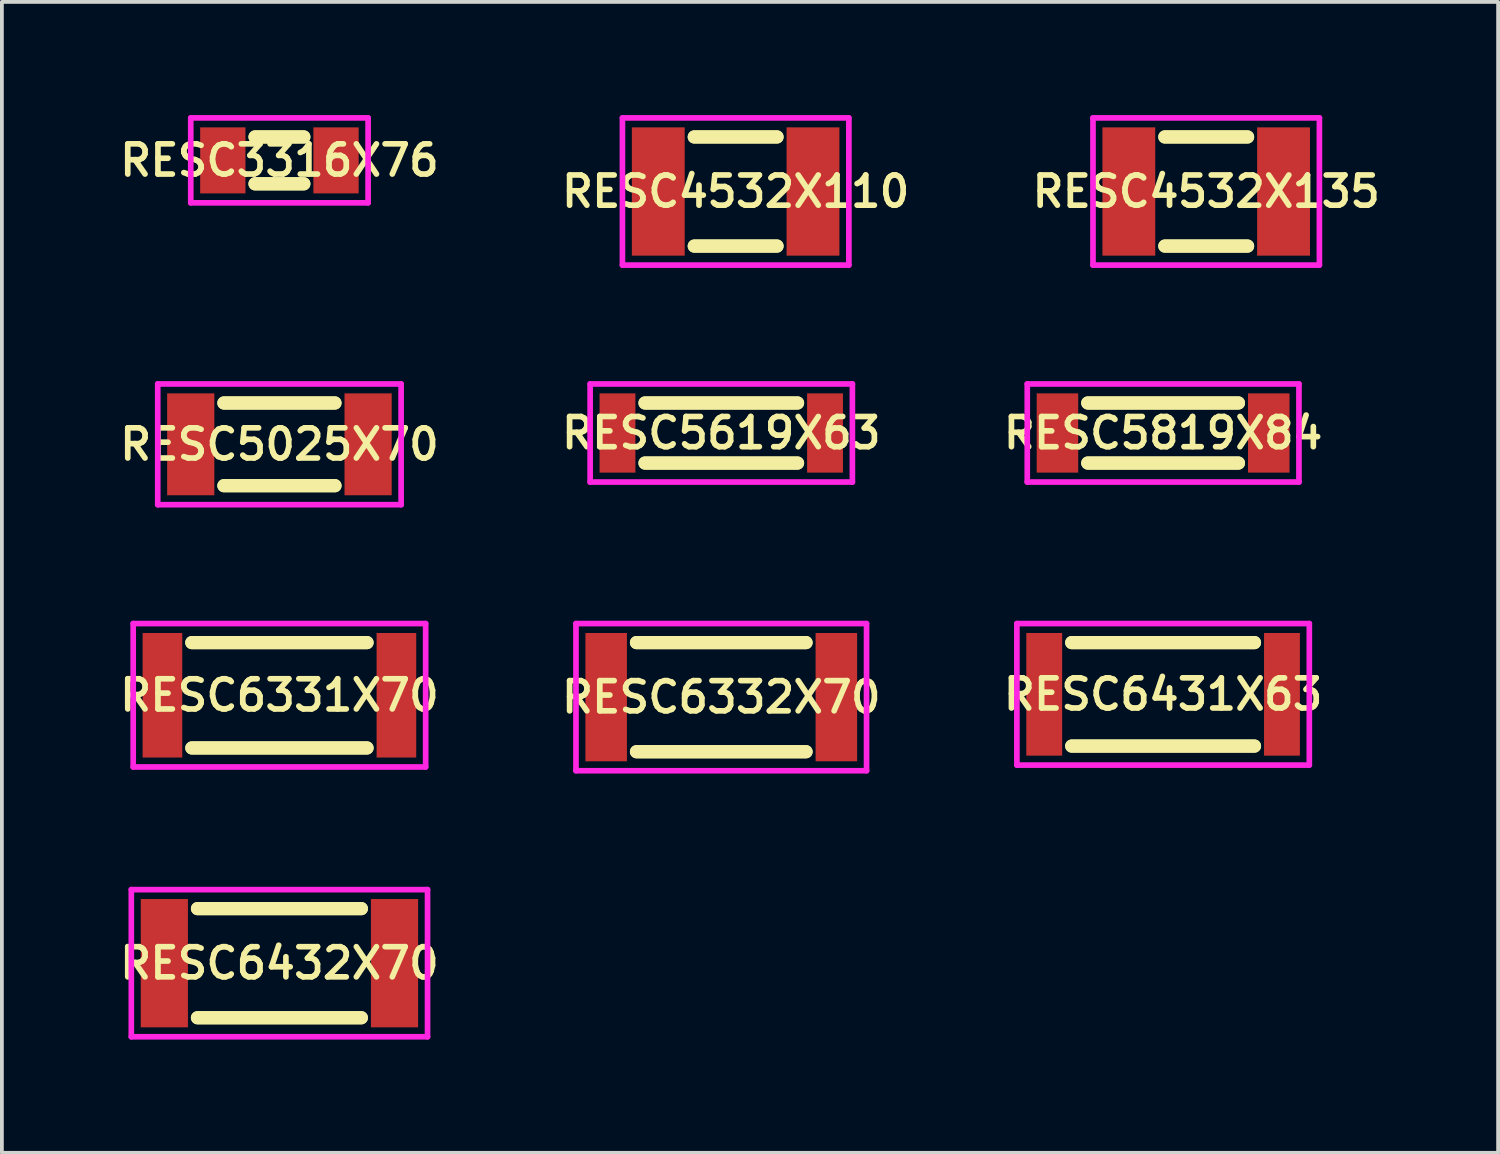
<source format=kicad_pcb>
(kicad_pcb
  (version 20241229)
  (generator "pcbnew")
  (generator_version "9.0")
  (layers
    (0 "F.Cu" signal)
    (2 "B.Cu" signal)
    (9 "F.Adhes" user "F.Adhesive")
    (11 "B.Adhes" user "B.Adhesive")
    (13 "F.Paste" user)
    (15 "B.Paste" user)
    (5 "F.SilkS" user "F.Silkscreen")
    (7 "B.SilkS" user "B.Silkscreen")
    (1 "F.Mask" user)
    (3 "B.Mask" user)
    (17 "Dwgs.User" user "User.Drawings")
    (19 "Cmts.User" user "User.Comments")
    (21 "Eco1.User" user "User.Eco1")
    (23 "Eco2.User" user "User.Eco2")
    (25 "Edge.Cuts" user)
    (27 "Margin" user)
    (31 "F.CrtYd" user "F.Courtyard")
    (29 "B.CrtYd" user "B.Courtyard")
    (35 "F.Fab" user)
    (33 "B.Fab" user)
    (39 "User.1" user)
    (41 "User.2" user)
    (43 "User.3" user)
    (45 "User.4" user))
  (footprint "RESC5619X63"
    (layer "F.Cu")
    (at 16.064 8.425)
    (property "Reference" "RESC5619X63" (at 0 0 0) (layer "F.SilkS") (effects (font (size 0.8 0.8) (thickness 0.15))))
    (attr smd)
    (fp_line (start -2.021 -0.796) (end 2.021 -0.796) (stroke (width 0.35) (type solid)) (layer "F.SilkS"))
    (fp_line (start -2.021 0.796) (end 2.021 0.796) (stroke (width 0.35) (type solid)) (layer "F.SilkS"))
    (fp_line (start 2.021 -0.796) (end -2.021 -0.796) (stroke (width 0.35) (type solid)) (layer "F.SilkS"))
    (fp_line (start 2.021 0.796) (end -2.021 0.796) (stroke (width 0.35) (type solid)) (layer "F.SilkS"))
    (fp_line (start -3.475 -1.3) (end 3.475 -1.3) (stroke (width 0.15) (type solid)) (layer "F.CrtYd"))
    (fp_line (start -3.475 1.3) (end -3.475 -1.3) (stroke (width 0.15) (type solid)) (layer "F.CrtYd"))
    (fp_line (start 3.475 -1.3) (end 3.475 1.3) (stroke (width 0.15) (type solid)) (layer "F.CrtYd"))
    (fp_line (start 3.475 1.3) (end -3.475 1.3) (stroke (width 0.15) (type solid)) (layer "F.CrtYd"))
    (pad "1" smd rect (at -2.75 0) (size 0.95 2.1) (layers "F.Cu" "F.Mask" "F.Paste"))
    (pad "2" smd rect (at 2.75 0) (size 0.95 2.1) (layers "F.Cu" "F.Mask" "F.Paste")))
  (footprint "RESC5819X84"
    (layer "F.Cu")
    (at 27.773 8.425)
    (property "Reference" "RESC5819X84" (at 0 0 0) (layer "F.SilkS") (effects (font (size 0.8 0.8) (thickness 0.15))))
    (attr smd)
    (fp_line (start -1.996 -0.796) (end 1.996 -0.796) (stroke (width 0.35) (type solid)) (layer "F.SilkS"))
    (fp_line (start -1.996 0.796) (end 1.996 0.796) (stroke (width 0.35) (type solid)) (layer "F.SilkS"))
    (fp_line (start 1.996 -0.796) (end -1.996 -0.796) (stroke (width 0.35) (type solid)) (layer "F.SilkS"))
    (fp_line (start 1.996 0.796) (end -1.996 0.796) (stroke (width 0.35) (type solid)) (layer "F.SilkS"))
    (fp_line (start -3.6 -1.3) (end 3.6 -1.3) (stroke (width 0.15) (type solid)) (layer "F.CrtYd"))
    (fp_line (start -3.6 1.3) (end -3.6 -1.3) (stroke (width 0.15) (type solid)) (layer "F.CrtYd"))
    (fp_line (start 3.6 -1.3) (end 3.6 1.3) (stroke (width 0.15) (type solid)) (layer "F.CrtYd"))
    (fp_line (start 3.6 1.3) (end -3.6 1.3) (stroke (width 0.15) (type solid)) (layer "F.CrtYd"))
    (pad "1" smd rect (at -2.8 0) (size 1.1 2.1) (layers "F.Cu" "F.Mask" "F.Paste"))
    (pad "2" smd rect (at 2.8 0) (size 1.1 2.1) (layers "F.Cu" "F.Mask" "F.Paste")))
  (footprint "RESC6431X63"
    (layer "F.Cu")
    (at 27.773 15.35)
    (property "Reference" "RESC6431X63" (at 0 0 0) (layer "F.SilkS") (effects (font (size 0.8 0.8) (thickness 0.15))))
    (attr smd)
    (fp_line (start -2.421 -1.371) (end 2.421 -1.371) (stroke (width 0.35) (type solid)) (layer "F.SilkS"))
    (fp_line (start -2.421 1.371) (end 2.421 1.371) (stroke (width 0.35) (type solid)) (layer "F.SilkS"))
    (fp_line (start 2.421 -1.371) (end -2.421 -1.371) (stroke (width 0.35) (type solid)) (layer "F.SilkS"))
    (fp_line (start 2.421 1.371) (end -2.421 1.371) (stroke (width 0.35) (type solid)) (layer "F.SilkS"))
    (fp_line (start -3.875 -1.875) (end 3.875 -1.875) (stroke (width 0.15) (type solid)) (layer "F.CrtYd"))
    (fp_line (start -3.875 1.875) (end -3.875 -1.875) (stroke (width 0.15) (type solid)) (layer "F.CrtYd"))
    (fp_line (start 3.875 -1.875) (end 3.875 1.875) (stroke (width 0.15) (type solid)) (layer "F.CrtYd"))
    (fp_line (start 3.875 1.875) (end -3.875 1.875) (stroke (width 0.15) (type solid)) (layer "F.CrtYd"))
    (pad "1" smd rect (at -3.15 0) (size 0.95 3.25) (layers "F.Cu" "F.Mask" "F.Paste"))
    (pad "2" smd rect (at 3.15 0) (size 0.95 3.25) (layers "F.Cu" "F.Mask" "F.Paste")))
  (footprint "RESC6432X70"
    (layer "F.Cu")
    (at 4.355 22.475)
    (property "Reference" "RESC6432X70" (at 0 0 0) (layer "F.SilkS") (effects (font (size 0.8 0.8) (thickness 0.15))))
    (attr smd)
    (fp_line (start -2.171 -1.446) (end 2.171 -1.446) (stroke (width 0.35) (type solid)) (layer "F.SilkS"))
    (fp_line (start -2.171 1.446) (end 2.171 1.446) (stroke (width 0.35) (type solid)) (layer "F.SilkS"))
    (fp_line (start 2.171 -1.446) (end -2.171 -1.446) (stroke (width 0.35) (type solid)) (layer "F.SilkS"))
    (fp_line (start 2.171 1.446) (end -2.171 1.446) (stroke (width 0.35) (type solid)) (layer "F.SilkS"))
    (fp_line (start -3.925 -1.95) (end 3.925 -1.95) (stroke (width 0.15) (type solid)) (layer "F.CrtYd"))
    (fp_line (start -3.925 1.95) (end -3.925 -1.95) (stroke (width 0.15) (type solid)) (layer "F.CrtYd"))
    (fp_line (start 3.925 -1.95) (end 3.925 1.95) (stroke (width 0.15) (type solid)) (layer "F.CrtYd"))
    (fp_line (start 3.925 1.95) (end -3.925 1.95) (stroke (width 0.15) (type solid)) (layer "F.CrtYd"))
    (pad "1" smd rect (at -3.05 0) (size 1.25 3.4) (layers "F.Cu" "F.Mask" "F.Paste"))
    (pad "2" smd rect (at 3.05 0) (size 1.25 3.4) (layers "F.Cu" "F.Mask" "F.Paste")))
  (footprint "RESC5025X70"
    (layer "F.Cu")
    (at 4.355 8.725)
    (property "Reference" "RESC5025X70" (at 0 0 0) (layer "F.SilkS") (effects (font (size 0.8 0.8) (thickness 0.15))))
    (attr smd)
    (fp_line (start -1.471 -1.096) (end 1.471 -1.096) (stroke (width 0.35) (type solid)) (layer "F.SilkS"))
    (fp_line (start -1.471 1.096) (end 1.471 1.096) (stroke (width 0.35) (type solid)) (layer "F.SilkS"))
    (fp_line (start 1.471 -1.096) (end -1.471 -1.096) (stroke (width 0.35) (type solid)) (layer "F.SilkS"))
    (fp_line (start 1.471 1.096) (end -1.471 1.096) (stroke (width 0.35) (type solid)) (layer "F.SilkS"))
    (fp_line (start -3.225 -1.6) (end 3.225 -1.6) (stroke (width 0.15) (type solid)) (layer "F.CrtYd"))
    (fp_line (start -3.225 1.6) (end -3.225 -1.6) (stroke (width 0.15) (type solid)) (layer "F.CrtYd"))
    (fp_line (start 3.225 -1.6) (end 3.225 1.6) (stroke (width 0.15) (type solid)) (layer "F.CrtYd"))
    (fp_line (start 3.225 1.6) (end -3.225 1.6) (stroke (width 0.15) (type solid)) (layer "F.CrtYd"))
    (pad "1" smd rect (at -2.35 0) (size 1.25 2.7) (layers "F.Cu" "F.Mask" "F.Paste"))
    (pad "2" smd rect (at 2.35 0) (size 1.25 2.7) (layers "F.Cu" "F.Mask" "F.Paste")))
  (footprint "RESC6331X70"
    (layer "F.Cu")
    (at 4.355 15.375)
    (property "Reference" "RESC6331X70" (at 0 0 0) (layer "F.SilkS") (effects (font (size 0.8 0.8) (thickness 0.15))))
    (attr smd)
    (fp_line (start -2.321 -1.396) (end 2.321 -1.396) (stroke (width 0.35) (type solid)) (layer "F.SilkS"))
    (fp_line (start -2.321 1.396) (end 2.321 1.396) (stroke (width 0.35) (type solid)) (layer "F.SilkS"))
    (fp_line (start 2.321 -1.396) (end -2.321 -1.396) (stroke (width 0.35) (type solid)) (layer "F.SilkS"))
    (fp_line (start 2.321 1.396) (end -2.321 1.396) (stroke (width 0.35) (type solid)) (layer "F.SilkS"))
    (fp_line (start -3.875 -1.9) (end 3.875 -1.9) (stroke (width 0.15) (type solid)) (layer "F.CrtYd"))
    (fp_line (start -3.875 1.9) (end -3.875 -1.9) (stroke (width 0.15) (type solid)) (layer "F.CrtYd"))
    (fp_line (start 3.875 -1.9) (end 3.875 1.9) (stroke (width 0.15) (type solid)) (layer "F.CrtYd"))
    (fp_line (start 3.875 1.9) (end -3.875 1.9) (stroke (width 0.15) (type solid)) (layer "F.CrtYd"))
    (pad "1" smd rect (at -3.1 0) (size 1.05 3.3) (layers "F.Cu" "F.Mask" "F.Paste"))
    (pad "2" smd rect (at 3.1 0) (size 1.05 3.3) (layers "F.Cu" "F.Mask" "F.Paste")))
  (footprint "RESC4532X110"
    (layer "F.Cu")
    (at 16.445 2.025)
    (property "Reference" "RESC4532X110" (at 0 0 0) (layer "F.SilkS") (effects (font (size 0.8 0.8) (thickness 0.15))))
    (attr smd)
    (fp_line (start -1.096 -1.446) (end 1.096 -1.446) (stroke (width 0.35) (type solid)) (layer "F.SilkS"))
    (fp_line (start -1.096 1.446) (end 1.096 1.446) (stroke (width 0.35) (type solid)) (layer "F.SilkS"))
    (fp_line (start 1.096 -1.446) (end -1.096 -1.446) (stroke (width 0.35) (type solid)) (layer "F.SilkS"))
    (fp_line (start 1.096 1.446) (end -1.096 1.446) (stroke (width 0.35) (type solid)) (layer "F.SilkS"))
    (fp_line (start -3 -1.95) (end 3 -1.95) (stroke (width 0.15) (type solid)) (layer "F.CrtYd"))
    (fp_line (start -3 1.95) (end -3 -1.95) (stroke (width 0.15) (type solid)) (layer "F.CrtYd"))
    (fp_line (start 3 -1.95) (end 3 1.95) (stroke (width 0.15) (type solid)) (layer "F.CrtYd"))
    (fp_line (start 3 1.95) (end -3 1.95) (stroke (width 0.15) (type solid)) (layer "F.CrtYd"))
    (pad "1" smd rect (at -2.05 0) (size 1.4 3.4) (layers "F.Cu" "F.Mask" "F.Paste"))
    (pad "2" smd rect (at 2.05 0) (size 1.4 3.4) (layers "F.Cu" "F.Mask" "F.Paste")))
  (footprint "RESC4532X135"
    (layer "F.Cu")
    (at 28.915 2.025)
    (property "Reference" "RESC4532X135" (at 0 0 0) (layer "F.SilkS") (effects (font (size 0.8 0.8) (thickness 0.15))))
    (attr smd)
    (fp_line (start -1.096 -1.446) (end 1.096 -1.446) (stroke (width 0.35) (type solid)) (layer "F.SilkS"))
    (fp_line (start -1.096 1.446) (end 1.096 1.446) (stroke (width 0.35) (type solid)) (layer "F.SilkS"))
    (fp_line (start 1.096 -1.446) (end -1.096 -1.446) (stroke (width 0.35) (type solid)) (layer "F.SilkS"))
    (fp_line (start 1.096 1.446) (end -1.096 1.446) (stroke (width 0.35) (type solid)) (layer "F.SilkS"))
    (fp_line (start -3 -1.95) (end 3 -1.95) (stroke (width 0.15) (type solid)) (layer "F.CrtYd"))
    (fp_line (start -3 1.95) (end -3 -1.95) (stroke (width 0.15) (type solid)) (layer "F.CrtYd"))
    (fp_line (start 3 -1.95) (end 3 1.95) (stroke (width 0.15) (type solid)) (layer "F.CrtYd"))
    (fp_line (start 3 1.95) (end -3 1.95) (stroke (width 0.15) (type solid)) (layer "F.CrtYd"))
    (pad "1" smd rect (at -2.05 0) (size 1.4 3.4) (layers "F.Cu" "F.Mask" "F.Paste"))
    (pad "2" smd rect (at 2.05 0) (size 1.4 3.4) (layers "F.Cu" "F.Mask" "F.Paste")))
  (footprint "RESC3316X76"
    (layer "F.Cu")
    (at 4.355 1.2)
    (property "Reference" "RESC3316X76" (at 0 0 0) (layer "F.SilkS") (effects (font (size 0.8 0.8) (thickness 0.15))))
    (attr smd)
    (fp_line (start -0.646 -0.621) (end 0.646 -0.621) (stroke (width 0.35) (type solid)) (layer "F.SilkS"))
    (fp_line (start -0.646 0.621) (end 0.646 0.621) (stroke (width 0.35) (type solid)) (layer "F.SilkS"))
    (fp_line (start 0.646 -0.621) (end -0.646 -0.621) (stroke (width 0.35) (type solid)) (layer "F.SilkS"))
    (fp_line (start 0.646 0.621) (end -0.646 0.621) (stroke (width 0.35) (type solid)) (layer "F.SilkS"))
    (fp_line (start -2.35 -1.125) (end 2.35 -1.125) (stroke (width 0.15) (type solid)) (layer "F.CrtYd"))
    (fp_line (start -2.35 1.125) (end -2.35 -1.125) (stroke (width 0.15) (type solid)) (layer "F.CrtYd"))
    (fp_line (start 2.35 -1.125) (end 2.35 1.125) (stroke (width 0.15) (type solid)) (layer "F.CrtYd"))
    (fp_line (start 2.35 1.125) (end -2.35 1.125) (stroke (width 0.15) (type solid)) (layer "F.CrtYd"))
    (pad "1" smd rect (at -1.5 0) (size 1.2 1.75) (layers "F.Cu" "F.Mask" "F.Paste"))
    (pad "2" smd rect (at 1.5 0) (size 1.2 1.75) (layers "F.Cu" "F.Mask" "F.Paste")))
  (footprint "RESC6332X70"
    (layer "F.Cu")
    (at 16.064 15.425)
    (property "Reference" "RESC6332X70" (at 0 0 0) (layer "F.SilkS") (effects (font (size 0.8 0.8) (thickness 0.15))))
    (attr smd)
    (fp_line (start -2.246 -1.446) (end 2.246 -1.446) (stroke (width 0.35) (type solid)) (layer "F.SilkS"))
    (fp_line (start -2.246 1.446) (end 2.246 1.446) (stroke (width 0.35) (type solid)) (layer "F.SilkS"))
    (fp_line (start 2.246 -1.446) (end -2.246 -1.446) (stroke (width 0.35) (type solid)) (layer "F.SilkS"))
    (fp_line (start 2.246 1.446) (end -2.246 1.446) (stroke (width 0.35) (type solid)) (layer "F.SilkS"))
    (fp_line (start -3.85 -1.95) (end 3.85 -1.95) (stroke (width 0.15) (type solid)) (layer "F.CrtYd"))
    (fp_line (start -3.85 1.95) (end -3.85 -1.95) (stroke (width 0.15) (type solid)) (layer "F.CrtYd"))
    (fp_line (start 3.85 -1.95) (end 3.85 1.95) (stroke (width 0.15) (type solid)) (layer "F.CrtYd"))
    (fp_line (start 3.85 1.95) (end -3.85 1.95) (stroke (width 0.15) (type solid)) (layer "F.CrtYd"))
    (pad "1" smd rect (at -3.05 0) (size 1.1 3.4) (layers "F.Cu" "F.Mask" "F.Paste"))
    (pad "2" smd rect (at 3.05 0) (size 1.1 3.4) (layers "F.Cu" "F.Mask" "F.Paste")))
  (gr_rect
    (start -3 -3)
    (end 36.651 27.5)
    (stroke (width 0.1) (type default))
    (fill no)
    (layer "Edge.Cuts")))
</source>
